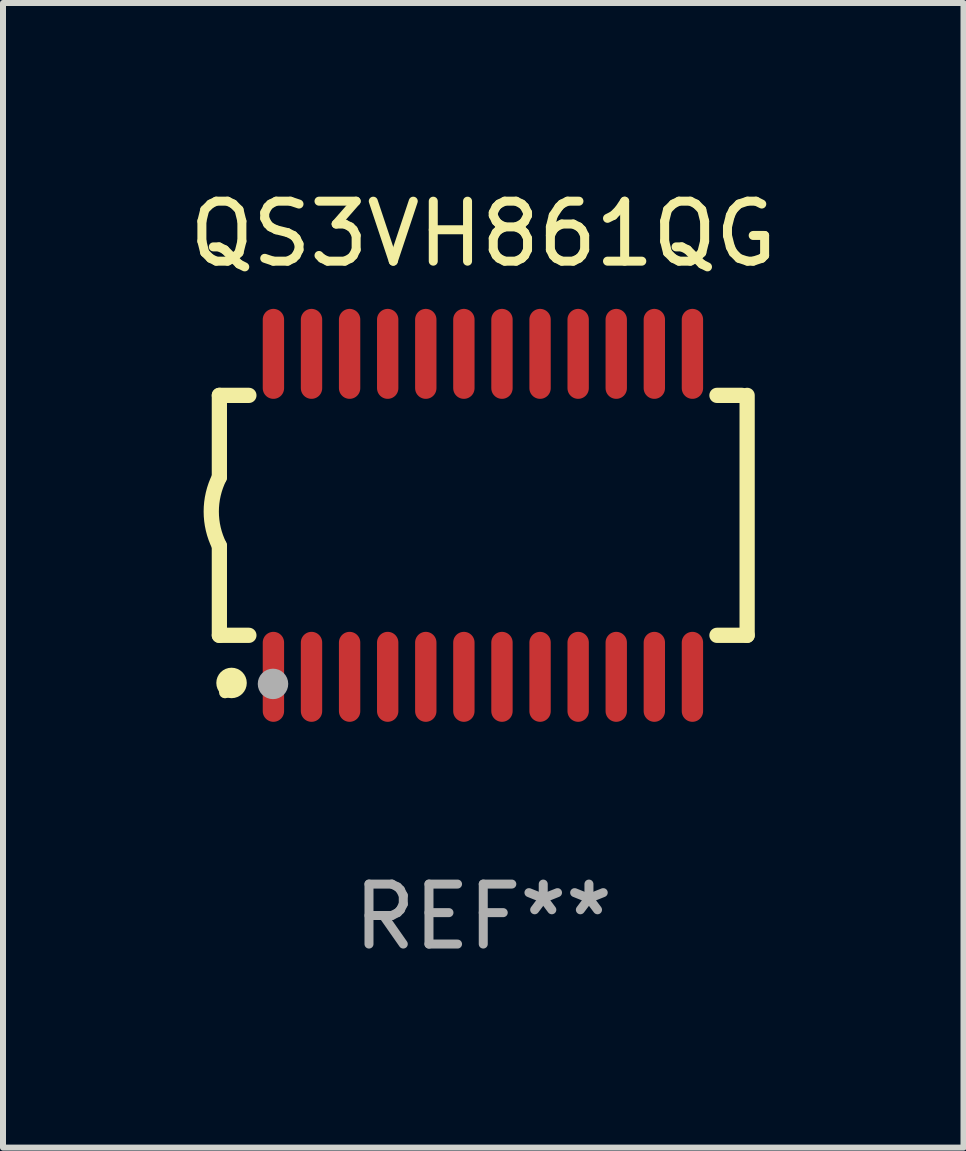
<source format=kicad_pcb>
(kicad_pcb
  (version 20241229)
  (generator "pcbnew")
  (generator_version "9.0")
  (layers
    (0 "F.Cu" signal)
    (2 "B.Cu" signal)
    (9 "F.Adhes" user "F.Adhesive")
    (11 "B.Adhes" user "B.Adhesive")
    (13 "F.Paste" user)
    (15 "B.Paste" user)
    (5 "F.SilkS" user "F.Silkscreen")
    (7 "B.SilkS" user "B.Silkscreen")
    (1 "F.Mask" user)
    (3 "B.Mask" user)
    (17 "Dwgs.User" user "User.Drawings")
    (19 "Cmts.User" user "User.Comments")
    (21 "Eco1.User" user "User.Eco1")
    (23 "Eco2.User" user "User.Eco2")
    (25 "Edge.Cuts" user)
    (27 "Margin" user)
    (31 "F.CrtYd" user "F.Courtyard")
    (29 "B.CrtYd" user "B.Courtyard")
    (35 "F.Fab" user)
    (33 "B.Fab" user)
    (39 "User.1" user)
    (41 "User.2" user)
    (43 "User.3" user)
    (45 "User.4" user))
  (footprint "QS3VH861QG"
    (layer "F.Cu")
    (at 5.006 5.541)
    (property "Reference" "QS3VH861QG" (at 0 -4.692 0) (layer "F.SilkS") (effects (font (size 1 1) (thickness 0.15))))
    (attr through_hole)
    (fp_line (start -4.399 -2) (end -4.399 -0.635) (stroke (width 0.254) (type solid)) (layer "F.SilkS"))
    (fp_line (start -4.399 -2) (end -3.907 -2) (stroke (width 0.254) (type solid)) (layer "F.SilkS"))
    (fp_line (start -4.399 2) (end -4.399 0.508) (stroke (width 0.254) (type solid)) (layer "F.SilkS"))
    (fp_line (start -4.399 2) (end -3.907 2) (stroke (width 0.254) (type solid)) (layer "F.SilkS"))
    (fp_line (start 3.896 -2) (end 4.313 -2) (stroke (width 0.254) (type solid)) (layer "F.SilkS"))
    (fp_line (start 3.896 2) (end 4.399 2) (stroke (width 0.254) (type solid)) (layer "F.SilkS"))
    (fp_line (start 4.399 2) (end 4.399 -2) (stroke (width 0.254) (type solid)) (layer "F.SilkS"))
    (fp_arc (start -4.399301 0.508001) (mid -4.534214 -0.0635) (end -4.399301 -0.635001) (stroke (width 0.254001) (type solid)) (layer "F.SilkS"))
    (fp_circle (center -4.305 2.95) (end -4.255 2.95) (stroke (width 0.1) (type solid)) (fill no) (layer "F.SilkS"))
    (fp_circle (center -4.196 2.794) (end -4.069 2.794) (stroke (width 0.254) (type solid)) (fill no) (layer "F.SilkS"))
    (fp_circle (center -3.505 2.81) (end -3.378 2.81) (stroke (width 0.254) (type solid)) (fill no) (layer "F.Fab"))
    (fp_text user "REF**" (at 0 6.692 0) (layer "F.Fab") (effects (font (size 1 1) (thickness 0.15))))
    (pad "1" smd oval (at -3.498 2.692 90) (size 1.5 0.356) (layers "F.Cu" "F.Mask" "F.Paste"))
    (pad "2" smd oval (at -2.863 2.692 90) (size 1.5 0.356) (layers "F.Cu" "F.Mask" "F.Paste"))
    (pad "3" smd oval (at -2.228 2.692 90) (size 1.5 0.356) (layers "F.Cu" "F.Mask" "F.Paste"))
    (pad "4" smd oval (at -1.593 2.692 90) (size 1.5 0.356) (layers "F.Cu" "F.Mask" "F.Paste"))
    (pad "5" smd oval (at -0.958 2.692 90) (size 1.5 0.356) (layers "F.Cu" "F.Mask" "F.Paste"))
    (pad "6" smd oval (at -0.323 2.692 90) (size 1.5 0.356) (layers "F.Cu" "F.Mask" "F.Paste"))
    (pad "7" smd oval (at 0.312 2.692 90) (size 1.5 0.356) (layers "F.Cu" "F.Mask" "F.Paste"))
    (pad "8" smd oval (at 0.947 2.692 90) (size 1.5 0.356) (layers "F.Cu" "F.Mask" "F.Paste"))
    (pad "9" smd oval (at 1.582 2.692 90) (size 1.5 0.356) (layers "F.Cu" "F.Mask" "F.Paste"))
    (pad "10" smd oval (at 2.217 2.692 90) (size 1.5 0.356) (layers "F.Cu" "F.Mask" "F.Paste"))
    (pad "11" smd oval (at 2.852 2.692 90) (size 1.5 0.356) (layers "F.Cu" "F.Mask" "F.Paste"))
    (pad "12" smd oval (at 3.487 2.692 90) (size 1.5 0.356) (layers "F.Cu" "F.Mask" "F.Paste"))
    (pad "13" smd oval (at 3.487 -2.692 90) (size 1.5 0.356) (layers "F.Cu" "F.Mask" "F.Paste"))
    (pad "14" smd oval (at 2.852 -2.692 90) (size 1.5 0.356) (layers "F.Cu" "F.Mask" "F.Paste"))
    (pad "15" smd oval (at 2.217 -2.692 90) (size 1.5 0.356) (layers "F.Cu" "F.Mask" "F.Paste"))
    (pad "16" smd oval (at 1.582 -2.692 90) (size 1.5 0.356) (layers "F.Cu" "F.Mask" "F.Paste"))
    (pad "17" smd oval (at 0.947 -2.692 90) (size 1.5 0.356) (layers "F.Cu" "F.Mask" "F.Paste"))
    (pad "18" smd oval (at 0.312 -2.692 90) (size 1.5 0.356) (layers "F.Cu" "F.Mask" "F.Paste"))
    (pad "19" smd oval (at -0.323 -2.692 90) (size 1.5 0.356) (layers "F.Cu" "F.Mask" "F.Paste"))
    (pad "20" smd oval (at -0.958 -2.692 90) (size 1.5 0.356) (layers "F.Cu" "F.Mask" "F.Paste"))
    (pad "21" smd oval (at -1.593 -2.692 90) (size 1.5 0.356) (layers "F.Cu" "F.Mask" "F.Paste"))
    (pad "22" smd oval (at -2.228 -2.692 90) (size 1.5 0.356) (layers "F.Cu" "F.Mask" "F.Paste"))
    (pad "23" smd oval (at -2.863 -2.692 90) (size 1.5 0.356) (layers "F.Cu" "F.Mask" "F.Paste"))
    (pad "24" smd oval (at -3.498 -2.692 90) (size 1.5 0.356) (layers "F.Cu" "F.Mask" "F.Paste")))
  (gr_rect
    (start -3 -3)
    (end 13.012 16.081)
    (stroke (width 0.1) (type default))
    (fill no)
    (layer "Edge.Cuts")))
</source>
